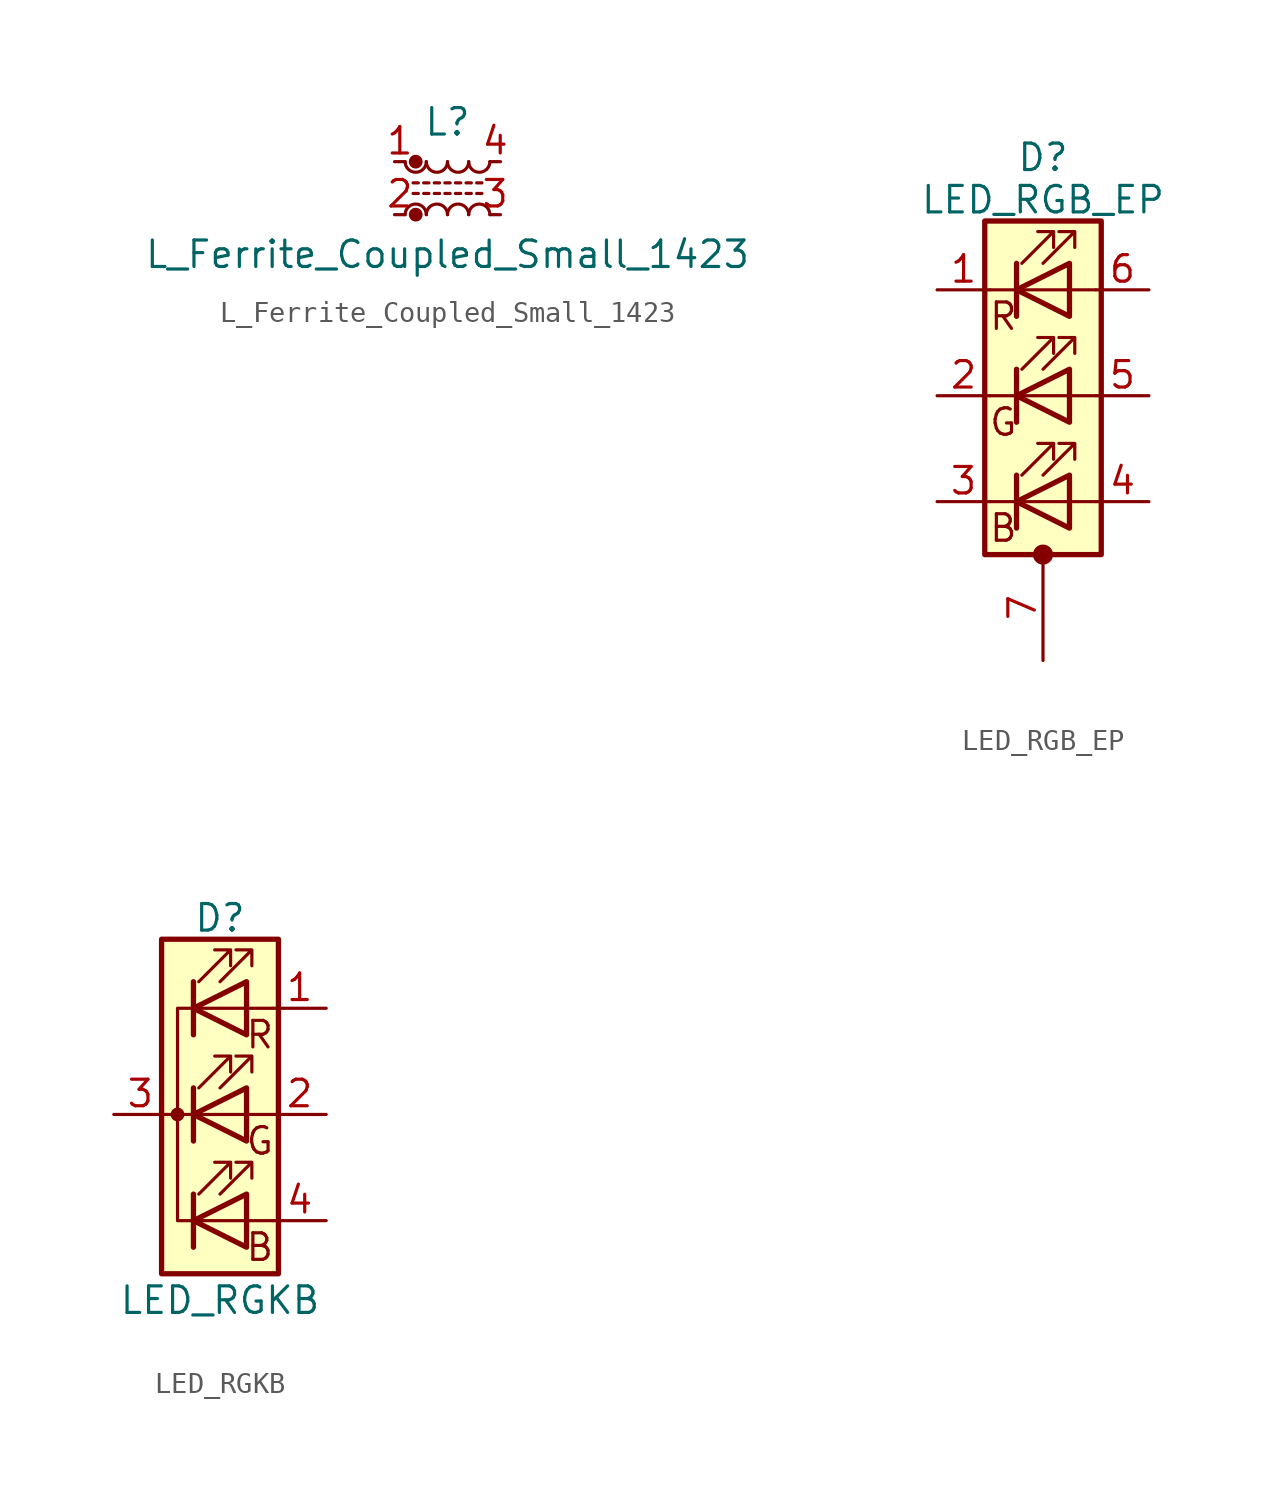
<source format=kicad_sym>
(kicad_symbol_lib
  (version 20241209)
  (generator "kicad_symbol_editor")
  (generator_version "9.0")
  (symbol "L_Ferrite_Coupled_Small_1423"
    (pin_names
      (offset 0.254)
      (hide yes))
    (property "Reference" "L"
      (at 0 3.175 0)
      (effects (font (size 1.27 1.27))))
    (property "Value" "L_Ferrite_Coupled_Small_1423"
      (at 0 -3.175 0)
      (effects (font (size 1.27 1.27))))
    (symbol "L_Ferrite_Coupled_Small_1423_0_1"
      (polyline (pts (xy -1.651 0.254) (xy -1.397 0.254)) (stroke (width 0) (type default)) (fill (type none)))
      (arc (start -1.016 1.27) (mid -1.524 0.7642) (end -2.032 1.27) (stroke (width 0) (type default)) (fill (type none)))
      (circle (center -1.524 1.27) (radius 0.254) (stroke (width 0) (type default)) (fill (type outline)))
      (circle (center -1.524 -1.27) (radius 0.254) (stroke (width 0) (type default)) (fill (type outline)))
      (arc (start -2.032 -1.27) (mid -1.524 -0.7642) (end -1.016 -1.27) (stroke (width 0) (type default)) (fill (type none)))
      (polyline (pts (xy -1.397 -0.254) (xy -1.651 -0.254)) (stroke (width 0) (type default)) (fill (type none)))
      (polyline (pts (xy -1.143 0.254) (xy -0.889 0.254)) (stroke (width 0) (type default)) (fill (type none)))
      (polyline (pts (xy -0.889 -0.254) (xy -1.143 -0.254)) (stroke (width 0) (type default)) (fill (type none)))
      (polyline (pts (xy -0.635 0.254) (xy -0.381 0.254)) (stroke (width 0) (type default)) (fill (type none)))
      (arc (start 0 1.27) (mid -0.508 0.7642) (end -1.016 1.27) (stroke (width 0) (type default)) (fill (type none)))
      (arc (start -1.016 -1.27) (mid -0.508 -0.7642) (end 0 -1.27) (stroke (width 0) (type default)) (fill (type none)))
      (polyline (pts (xy -0.381 -0.254) (xy -0.635 -0.254)) (stroke (width 0) (type default)) (fill (type none)))
      (polyline (pts (xy -0.127 0.254) (xy 0.127 0.254)) (stroke (width 0) (type default)) (fill (type none)))
      (polyline (pts (xy 0.127 -0.254) (xy -0.127 -0.254)) (stroke (width 0) (type default)) (fill (type none)))
      (polyline (pts (xy 0.381 0.254) (xy 0.635 0.254)) (stroke (width 0) (type default)) (fill (type none)))
      (arc (start 1.016 1.27) (mid 0.508 0.7642) (end 0 1.27) (stroke (width 0) (type default)) (fill (type none)))
      (arc (start 0 -1.27) (mid 0.508 -0.7642) (end 1.016 -1.27) (stroke (width 0) (type default)) (fill (type none)))
      (polyline (pts (xy 0.635 -0.254) (xy 0.381 -0.254)) (stroke (width 0) (type default)) (fill (type none)))
      (polyline (pts (xy 0.889 0.254) (xy 1.143 0.254)) (stroke (width 0) (type default)) (fill (type none)))
      (polyline (pts (xy 1.143 -0.254) (xy 0.889 -0.254)) (stroke (width 0) (type default)) (fill (type none)))
      (polyline (pts (xy 1.397 0.254) (xy 1.651 0.254)) (stroke (width 0) (type default)) (fill (type none)))
      (arc (start 2.032 1.27) (mid 1.524 0.7642) (end 1.016 1.27) (stroke (width 0) (type default)) (fill (type none)))
      (arc (start 1.016 -1.27) (mid 1.524 -0.7642) (end 2.032 -1.27) (stroke (width 0) (type default)) (fill (type none)))
      (polyline (pts (xy 1.651 -0.254) (xy 1.397 -0.254)) (stroke (width 0) (type default)) (fill (type none))))
    (symbol "L_Ferrite_Coupled_Small_1423_1_1"
      (pin passive line (at -2.54 1.27 0) (length 0.508) (name "1" (effects (font (size 1.27 1.27)))) (number "1" (effects (font (size 1.27 1.27)))))
      (pin passive line (at -2.54 -1.27 0) (length 0.508) (name "2" (effects (font (size 1.27 1.27)))) (number "2" (effects (font (size 1.27 1.27)))))
      (pin passive line (at 2.54 1.27 180) (length 0.508) (name "4" (effects (font (size 1.27 1.27)))) (number "4" (effects (font (size 1.27 1.27)))))
      (pin passive line (at 2.54 -1.27 180) (length 0.508) (name "3" (effects (font (size 1.27 1.27)))) (number "3" (effects (font (size 1.27 1.27)))))))
  (symbol "LED_RGB_EP"
    (pin_names
      (offset 0)
      (hide yes))
    (property "Reference" "D"
      (at 0 11.43 0)
      (effects (font (size 1.27 1.27))))
    (property "Value" "LED_RGB_EP"
      (at 0 9.398 0)
      (effects (font (size 1.27 1.27))))
    (symbol "LED_RGB_EP_0_0"
      (text "R" (at -1.905 3.81 0) (effects (font (size 1.27 1.27))))
      (text "G" (at -1.905 -1.27 0) (effects (font (size 1.27 1.27))))
      (text "B" (at -1.905 -6.35 0) (effects (font (size 1.27 1.27)))))
    (symbol "LED_RGB_EP_0_1"
      (polyline (pts (xy -1.27 6.35) (xy -1.27 3.81)) (stroke (width 0.254) (type default)) (fill (type none)))
      (polyline (pts (xy -1.27 6.35) (xy -1.27 3.81) (xy -1.27 3.81)) (stroke (width 0) (type default)) (fill (type none)))
      (polyline (pts (xy -1.27 5.08) (xy -2.54 5.08)) (stroke (width 0) (type default)) (fill (type none)))
      (polyline (pts (xy -1.27 5.08) (xy 1.27 5.08)) (stroke (width 0) (type default)) (fill (type none)))
      (polyline (pts (xy -1.27 1.27) (xy -1.27 -1.27)) (stroke (width 0.254) (type default)) (fill (type none)))
      (polyline (pts (xy -1.27 1.27) (xy -1.27 -1.27) (xy -1.27 -1.27)) (stroke (width 0) (type default)) (fill (type none)))
      (polyline (pts (xy -1.27 0) (xy -2.54 0)) (stroke (width 0) (type default)) (fill (type none)))
      (polyline (pts (xy -1.27 -3.81) (xy -1.27 -6.35)) (stroke (width 0.254) (type default)) (fill (type none)))
      (polyline (pts (xy -1.27 -5.08) (xy -2.54 -5.08)) (stroke (width 0) (type default)) (fill (type none)))
      (polyline (pts (xy -1.016 6.35) (xy 0.508 7.874) (xy -0.254 7.874) (xy 0.508 7.874) (xy 0.508 7.112)) (stroke (width 0) (type default)) (fill (type none)))
      (polyline (pts (xy -1.016 1.27) (xy 0.508 2.794) (xy -0.254 2.794) (xy 0.508 2.794) (xy 0.508 2.032)) (stroke (width 0) (type default)) (fill (type none)))
      (polyline (pts (xy -1.016 0) (xy 1.27 0)) (stroke (width 0) (type default)) (fill (type none)))
      (polyline (pts (xy -1.016 -3.81) (xy 0.508 -2.286) (xy -0.254 -2.286) (xy 0.508 -2.286) (xy 0.508 -3.048)) (stroke (width 0) (type default)) (fill (type none)))
      (polyline (pts (xy 0 6.35) (xy 1.524 7.874) (xy 0.762 7.874) (xy 1.524 7.874) (xy 1.524 7.112)) (stroke (width 0) (type default)) (fill (type none)))
      (polyline (pts (xy 0 1.27) (xy 1.524 2.794) (xy 0.762 2.794) (xy 1.524 2.794) (xy 1.524 2.032)) (stroke (width 0) (type default)) (fill (type none)))
      (polyline (pts (xy 0 -3.81) (xy 1.524 -2.286) (xy 0.762 -2.286) (xy 1.524 -2.286) (xy 1.524 -3.048)) (stroke (width 0) (type default)) (fill (type none)))
      (circle (center 0 -7.62) (radius 0.356) (stroke (width 0.254) (type default)) (fill (type outline)))
      (polyline (pts (xy 1.27 6.35) (xy 1.27 3.81) (xy -1.27 5.08) (xy 1.27 6.35)) (stroke (width 0.254) (type default)) (fill (type none)))
      (rectangle (start 1.27 6.35) (end 1.27 6.35) (stroke (width 0) (type default)) (fill (type none)))
      (polyline (pts (xy 1.27 5.08) (xy 2.54 5.08)) (stroke (width 0) (type default)) (fill (type none)))
      (rectangle (start 1.27 3.81) (end 1.27 6.35) (stroke (width 0) (type default)) (fill (type none)))
      (polyline (pts (xy 1.27 1.27) (xy 1.27 -1.27) (xy -1.27 0) (xy 1.27 1.27)) (stroke (width 0.254) (type default)) (fill (type none)))
      (rectangle (start 1.27 1.27) (end 1.27 1.27) (stroke (width 0) (type default)) (fill (type none)))
      (rectangle (start 1.27 -1.27) (end 1.27 1.27) (stroke (width 0) (type default)) (fill (type none)))
      (polyline (pts (xy 1.27 -3.81) (xy 1.27 -6.35) (xy -1.27 -5.08) (xy 1.27 -3.81)) (stroke (width 0.254) (type default)) (fill (type none)))
      (polyline (pts (xy 1.27 -5.08) (xy -1.27 -5.08)) (stroke (width 0) (type default)) (fill (type none)))
      (polyline (pts (xy 1.27 -5.08) (xy 2.54 -5.08)) (stroke (width 0) (type default)) (fill (type none)))
      (polyline (pts (xy 2.54 0) (xy 1.27 0)) (stroke (width 0) (type default)) (fill (type none)))
      (rectangle (start 2.794 8.382) (end -2.794 -7.62) (stroke (width 0.254) (type default)) (fill (type background))))
    (symbol "LED_RGB_EP_1_1"
      (pin passive line (at -5.08 5.08 0) (length 2.54) (name "RK" (effects (font (size 1.27 1.27)))) (number "1" (effects (font (size 1.27 1.27)))))
      (pin passive line (at -5.08 0 0) (length 2.54) (name "GK" (effects (font (size 1.27 1.27)))) (number "2" (effects (font (size 1.27 1.27)))))
      (pin passive line (at -5.08 -5.08 0) (length 2.54) (name "BK" (effects (font (size 1.27 1.27)))) (number "3" (effects (font (size 1.27 1.27)))))
      (pin passive line (at 0 -12.7 90) (length 5.08) (name "PAD" (effects (font (size 1.27 1.27)))) (number "7" (effects (font (size 1.27 1.27)))))
      (pin passive line (at 5.08 5.08 180) (length 2.54) (name "RA" (effects (font (size 1.27 1.27)))) (number "6" (effects (font (size 1.27 1.27)))))
      (pin passive line (at 5.08 0 180) (length 2.54) (name "GA" (effects (font (size 1.27 1.27)))) (number "5" (effects (font (size 1.27 1.27)))))
      (pin passive line (at 5.08 -5.08 180) (length 2.54) (name "BA" (effects (font (size 1.27 1.27)))) (number "4" (effects (font (size 1.27 1.27)))))))
  (symbol "LED_RGKB"
    (pin_names
      (offset 0)
      (hide yes))
    (property "Reference" "D"
      (at 0 9.398 0)
      (effects (font (size 1.27 1.27))))
    (property "Value" "LED_RGKB"
      (at 0 -8.89 0)
      (effects (font (size 1.27 1.27))))
    (symbol "LED_RGKB_0_0"
      (text "R" (at 1.905 3.81 0) (effects (font (size 1.27 1.27))))
      (text "G" (at 1.905 -1.27 0) (effects (font (size 1.27 1.27))))
      (text "B" (at 1.905 -6.35 0) (effects (font (size 1.27 1.27)))))
    (symbol "LED_RGKB_0_1"
      (circle (center -2.032 0) (radius 0.254) (stroke (width 0) (type default)) (fill (type outline)))
      (polyline (pts (xy -1.27 6.35) (xy -1.27 3.81)) (stroke (width 0.254) (type default)) (fill (type none)))
      (polyline (pts (xy -1.27 6.35) (xy -1.27 3.81) (xy -1.27 3.81)) (stroke (width 0) (type default)) (fill (type none)))
      (polyline (pts (xy -1.27 5.08) (xy 1.27 5.08)) (stroke (width 0) (type default)) (fill (type none)))
      (polyline (pts (xy -1.27 5.08) (xy -2.032 5.08) (xy -2.032 -5.08) (xy -1.016 -5.08)) (stroke (width 0) (type default)) (fill (type none)))
      (polyline (pts (xy -1.27 1.27) (xy -1.27 -1.27)) (stroke (width 0.254) (type default)) (fill (type none)))
      (polyline (pts (xy -1.27 1.27) (xy -1.27 -1.27) (xy -1.27 -1.27)) (stroke (width 0) (type default)) (fill (type none)))
      (polyline (pts (xy -1.27 0) (xy -2.54 0)) (stroke (width 0) (type default)) (fill (type none)))
      (polyline (pts (xy -1.27 -3.81) (xy -1.27 -6.35)) (stroke (width 0.254) (type default)) (fill (type none)))
      (polyline (pts (xy -1.27 -5.08) (xy 1.27 -5.08)) (stroke (width 0) (type default)) (fill (type none)))
      (polyline (pts (xy -1.016 6.35) (xy 0.508 7.874) (xy -0.254 7.874) (xy 0.508 7.874) (xy 0.508 7.112)) (stroke (width 0) (type default)) (fill (type none)))
      (polyline (pts (xy -1.016 1.27) (xy 0.508 2.794) (xy -0.254 2.794) (xy 0.508 2.794) (xy 0.508 2.032)) (stroke (width 0) (type default)) (fill (type none)))
      (polyline (pts (xy -1.016 -3.81) (xy 0.508 -2.286) (xy -0.254 -2.286) (xy 0.508 -2.286) (xy 0.508 -3.048)) (stroke (width 0) (type default)) (fill (type none)))
      (polyline (pts (xy 0 6.35) (xy 1.524 7.874) (xy 0.762 7.874) (xy 1.524 7.874) (xy 1.524 7.112)) (stroke (width 0) (type default)) (fill (type none)))
      (polyline (pts (xy 0 1.27) (xy 1.524 2.794) (xy 0.762 2.794) (xy 1.524 2.794) (xy 1.524 2.032)) (stroke (width 0) (type default)) (fill (type none)))
      (polyline (pts (xy 0 -3.81) (xy 1.524 -2.286) (xy 0.762 -2.286) (xy 1.524 -2.286) (xy 1.524 -3.048)) (stroke (width 0) (type default)) (fill (type none)))
      (polyline (pts (xy 1.27 6.35) (xy 1.27 3.81) (xy -1.27 5.08) (xy 1.27 6.35)) (stroke (width 0.254) (type default)) (fill (type none)))
      (rectangle (start 1.27 6.35) (end 1.27 6.35) (stroke (width 0) (type default)) (fill (type none)))
      (polyline (pts (xy 1.27 5.08) (xy 2.54 5.08)) (stroke (width 0) (type default)) (fill (type none)))
      (rectangle (start 1.27 3.81) (end 1.27 6.35) (stroke (width 0) (type default)) (fill (type none)))
      (polyline (pts (xy 1.27 1.27) (xy 1.27 -1.27) (xy -1.27 0) (xy 1.27 1.27)) (stroke (width 0.254) (type default)) (fill (type none)))
      (rectangle (start 1.27 1.27) (end 1.27 1.27) (stroke (width 0) (type default)) (fill (type none)))
      (polyline (pts (xy 1.27 0) (xy -1.27 0)) (stroke (width 0) (type default)) (fill (type none)))
      (polyline (pts (xy 1.27 0) (xy 2.54 0)) (stroke (width 0) (type default)) (fill (type none)))
      (rectangle (start 1.27 -1.27) (end 1.27 1.27) (stroke (width 0) (type default)) (fill (type none)))
      (polyline (pts (xy 1.27 -3.81) (xy 1.27 -6.35) (xy -1.27 -5.08) (xy 1.27 -3.81)) (stroke (width 0.254) (type default)) (fill (type none)))
      (polyline (pts (xy 1.27 -5.08) (xy 2.54 -5.08)) (stroke (width 0) (type default)) (fill (type none)))
      (rectangle (start 2.794 8.382) (end -2.794 -7.62) (stroke (width 0.254) (type default)) (fill (type background))))
    (symbol "LED_RGKB_1_1"
      (pin passive line (at -5.08 0 0) (length 2.54) (name "K" (effects (font (size 1.27 1.27)))) (number "3" (effects (font (size 1.27 1.27)))))
      (pin passive line (at 5.08 5.08 180) (length 2.54) (name "RA" (effects (font (size 1.27 1.27)))) (number "1" (effects (font (size 1.27 1.27)))))
      (pin passive line (at 5.08 0 180) (length 2.54) (name "GA" (effects (font (size 1.27 1.27)))) (number "2" (effects (font (size 1.27 1.27)))))
      (pin passive line (at 5.08 -5.08 180) (length 2.54) (name "BA" (effects (font (size 1.27 1.27)))) (number "4" (effects (font (size 1.27 1.27))))))))
</source>
